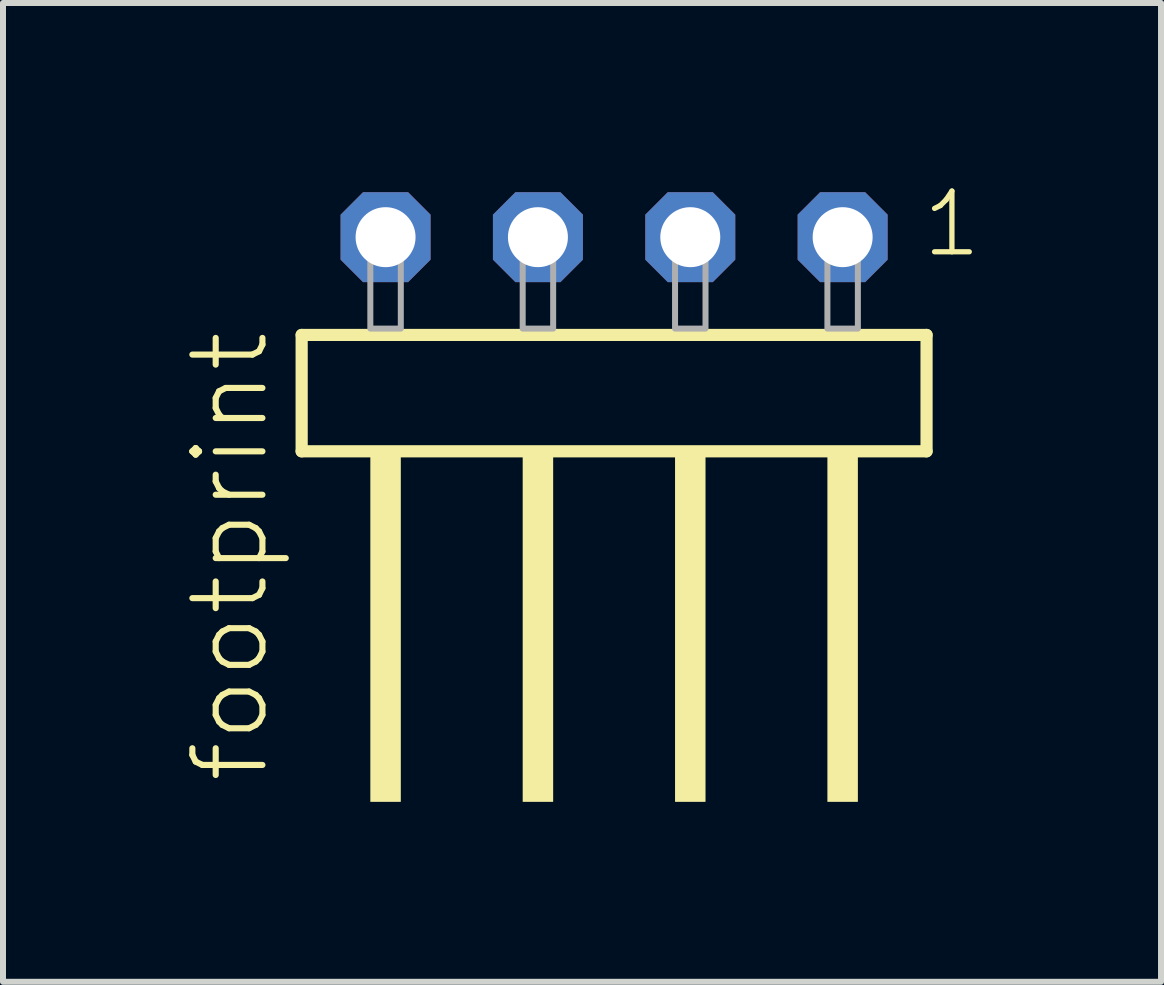
<source format=kicad_pcb>
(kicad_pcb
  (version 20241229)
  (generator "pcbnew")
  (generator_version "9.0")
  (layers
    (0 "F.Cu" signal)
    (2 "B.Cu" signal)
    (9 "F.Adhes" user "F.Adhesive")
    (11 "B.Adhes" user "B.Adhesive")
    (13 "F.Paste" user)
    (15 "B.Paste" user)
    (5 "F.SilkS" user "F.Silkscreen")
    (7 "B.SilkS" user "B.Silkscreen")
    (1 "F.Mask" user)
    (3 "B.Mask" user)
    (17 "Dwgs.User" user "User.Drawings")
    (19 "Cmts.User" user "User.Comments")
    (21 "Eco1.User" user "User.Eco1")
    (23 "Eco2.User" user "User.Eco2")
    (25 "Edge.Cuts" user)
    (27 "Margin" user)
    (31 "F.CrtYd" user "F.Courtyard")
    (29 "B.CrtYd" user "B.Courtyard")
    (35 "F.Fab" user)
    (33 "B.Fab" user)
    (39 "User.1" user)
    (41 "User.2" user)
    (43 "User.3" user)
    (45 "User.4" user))
  (footprint "footprint"
    (layer "F.Cu")
    (at 7.188 2.428)
    (property "Reference" "footprint" (at -5.715 7.62 90) (layer "F.SilkS") (effects (font (size 1.168 1.168) (thickness 0.102)) (justify left bottom)))
    (fp_line (start -5.209 0.106) (end -5.209 2.046) (stroke (width 0.203) (type solid)) (layer "F.SilkS"))
    (fp_line (start -5.209 2.046) (end 5.209 2.046) (stroke (width 0.203) (type solid)) (layer "F.SilkS"))
    (fp_line (start 5.209 0.106) (end -5.209 0.106) (stroke (width 0.203) (type solid)) (layer "F.SilkS"))
    (fp_line (start 5.209 2.046) (end 5.209 0.106) (stroke (width 0.203) (type solid)) (layer "F.SilkS"))
    (fp_poly (pts (xy -4.064 7.89) (xy -3.556 7.89) (xy -3.556 2.04) (xy -4.064 2.04)) (stroke (width 0) (type solid)) (fill yes) (layer "F.SilkS"))
    (fp_poly (pts (xy -1.524 7.89) (xy -1.016 7.89) (xy -1.016 2.04) (xy -1.524 2.04)) (stroke (width 0) (type solid)) (fill yes) (layer "F.SilkS"))
    (fp_poly (pts (xy 1.016 7.89) (xy 1.524 7.89) (xy 1.524 2.04) (xy 1.016 2.04)) (stroke (width 0) (type solid)) (fill yes) (layer "F.SilkS"))
    (fp_poly (pts (xy 3.556 7.89) (xy 4.064 7.89) (xy 4.064 2.04) (xy 3.556 2.04)) (stroke (width 0) (type solid)) (fill yes) (layer "F.SilkS"))
    (fp_poly (pts (xy -4.064 0) (xy -3.556 0) (xy -3.556 -1.778) (xy -4.064 -1.778)) (stroke (width 0.1) (type solid)) (fill no) (layer "F.Fab"))
    (fp_poly (pts (xy -1.524 0) (xy -1.016 0) (xy -1.016 -1.778) (xy -1.524 -1.778)) (stroke (width 0.1) (type solid)) (fill no) (layer "F.Fab"))
    (fp_poly (pts (xy 1.016 0) (xy 1.524 0) (xy 1.524 -1.778) (xy 1.016 -1.778)) (stroke (width 0.1) (type solid)) (fill no) (layer "F.Fab"))
    (fp_poly (pts (xy 3.556 0) (xy 4.064 0) (xy 4.064 -1.778) (xy 3.556 -1.778)) (stroke (width 0.1) (type solid)) (fill no) (layer "F.Fab"))
    (fp_text user "1" (at 5.092 -1.152 0) (layer "F.SilkS") (effects (font (size 1.012 1.012) (thickness 0.088)) (justify left bottom)))
    (pad "1" thru_hole roundrect (at 3.81 -1.524 180) (size 1.5 1.5) (drill 1) (layers "*.Cu" "*.Mask") (roundrect_rratio 0.25) (chamfer_ratio 0.25) (chamfer top_left top_right bottom_left bottom_right))
    (pad "2" thru_hole roundrect (at 1.27 -1.524 180) (size 1.5 1.5) (drill 1) (layers "*.Cu" "*.Mask") (roundrect_rratio 0.25) (chamfer_ratio 0.25) (chamfer top_left top_right bottom_left bottom_right))
    (pad "3" thru_hole roundrect (at -1.27 -1.524 180) (size 1.5 1.5) (drill 1) (layers "*.Cu" "*.Mask") (roundrect_rratio 0.25) (chamfer_ratio 0.25) (chamfer top_left top_right bottom_left bottom_right))
    (pad "4" thru_hole roundrect (at -3.81 -1.524 180) (size 1.5 1.5) (drill 1) (layers "*.Cu" "*.Mask") (roundrect_rratio 0.25) (chamfer_ratio 0.25) (chamfer top_left top_right bottom_left bottom_right)))
  (gr_rect
    (start -3 -3)
    (end 16.306 13.318)
    (stroke (width 0.1) (type default))
    (fill no)
    (layer "Edge.Cuts")))
</source>
